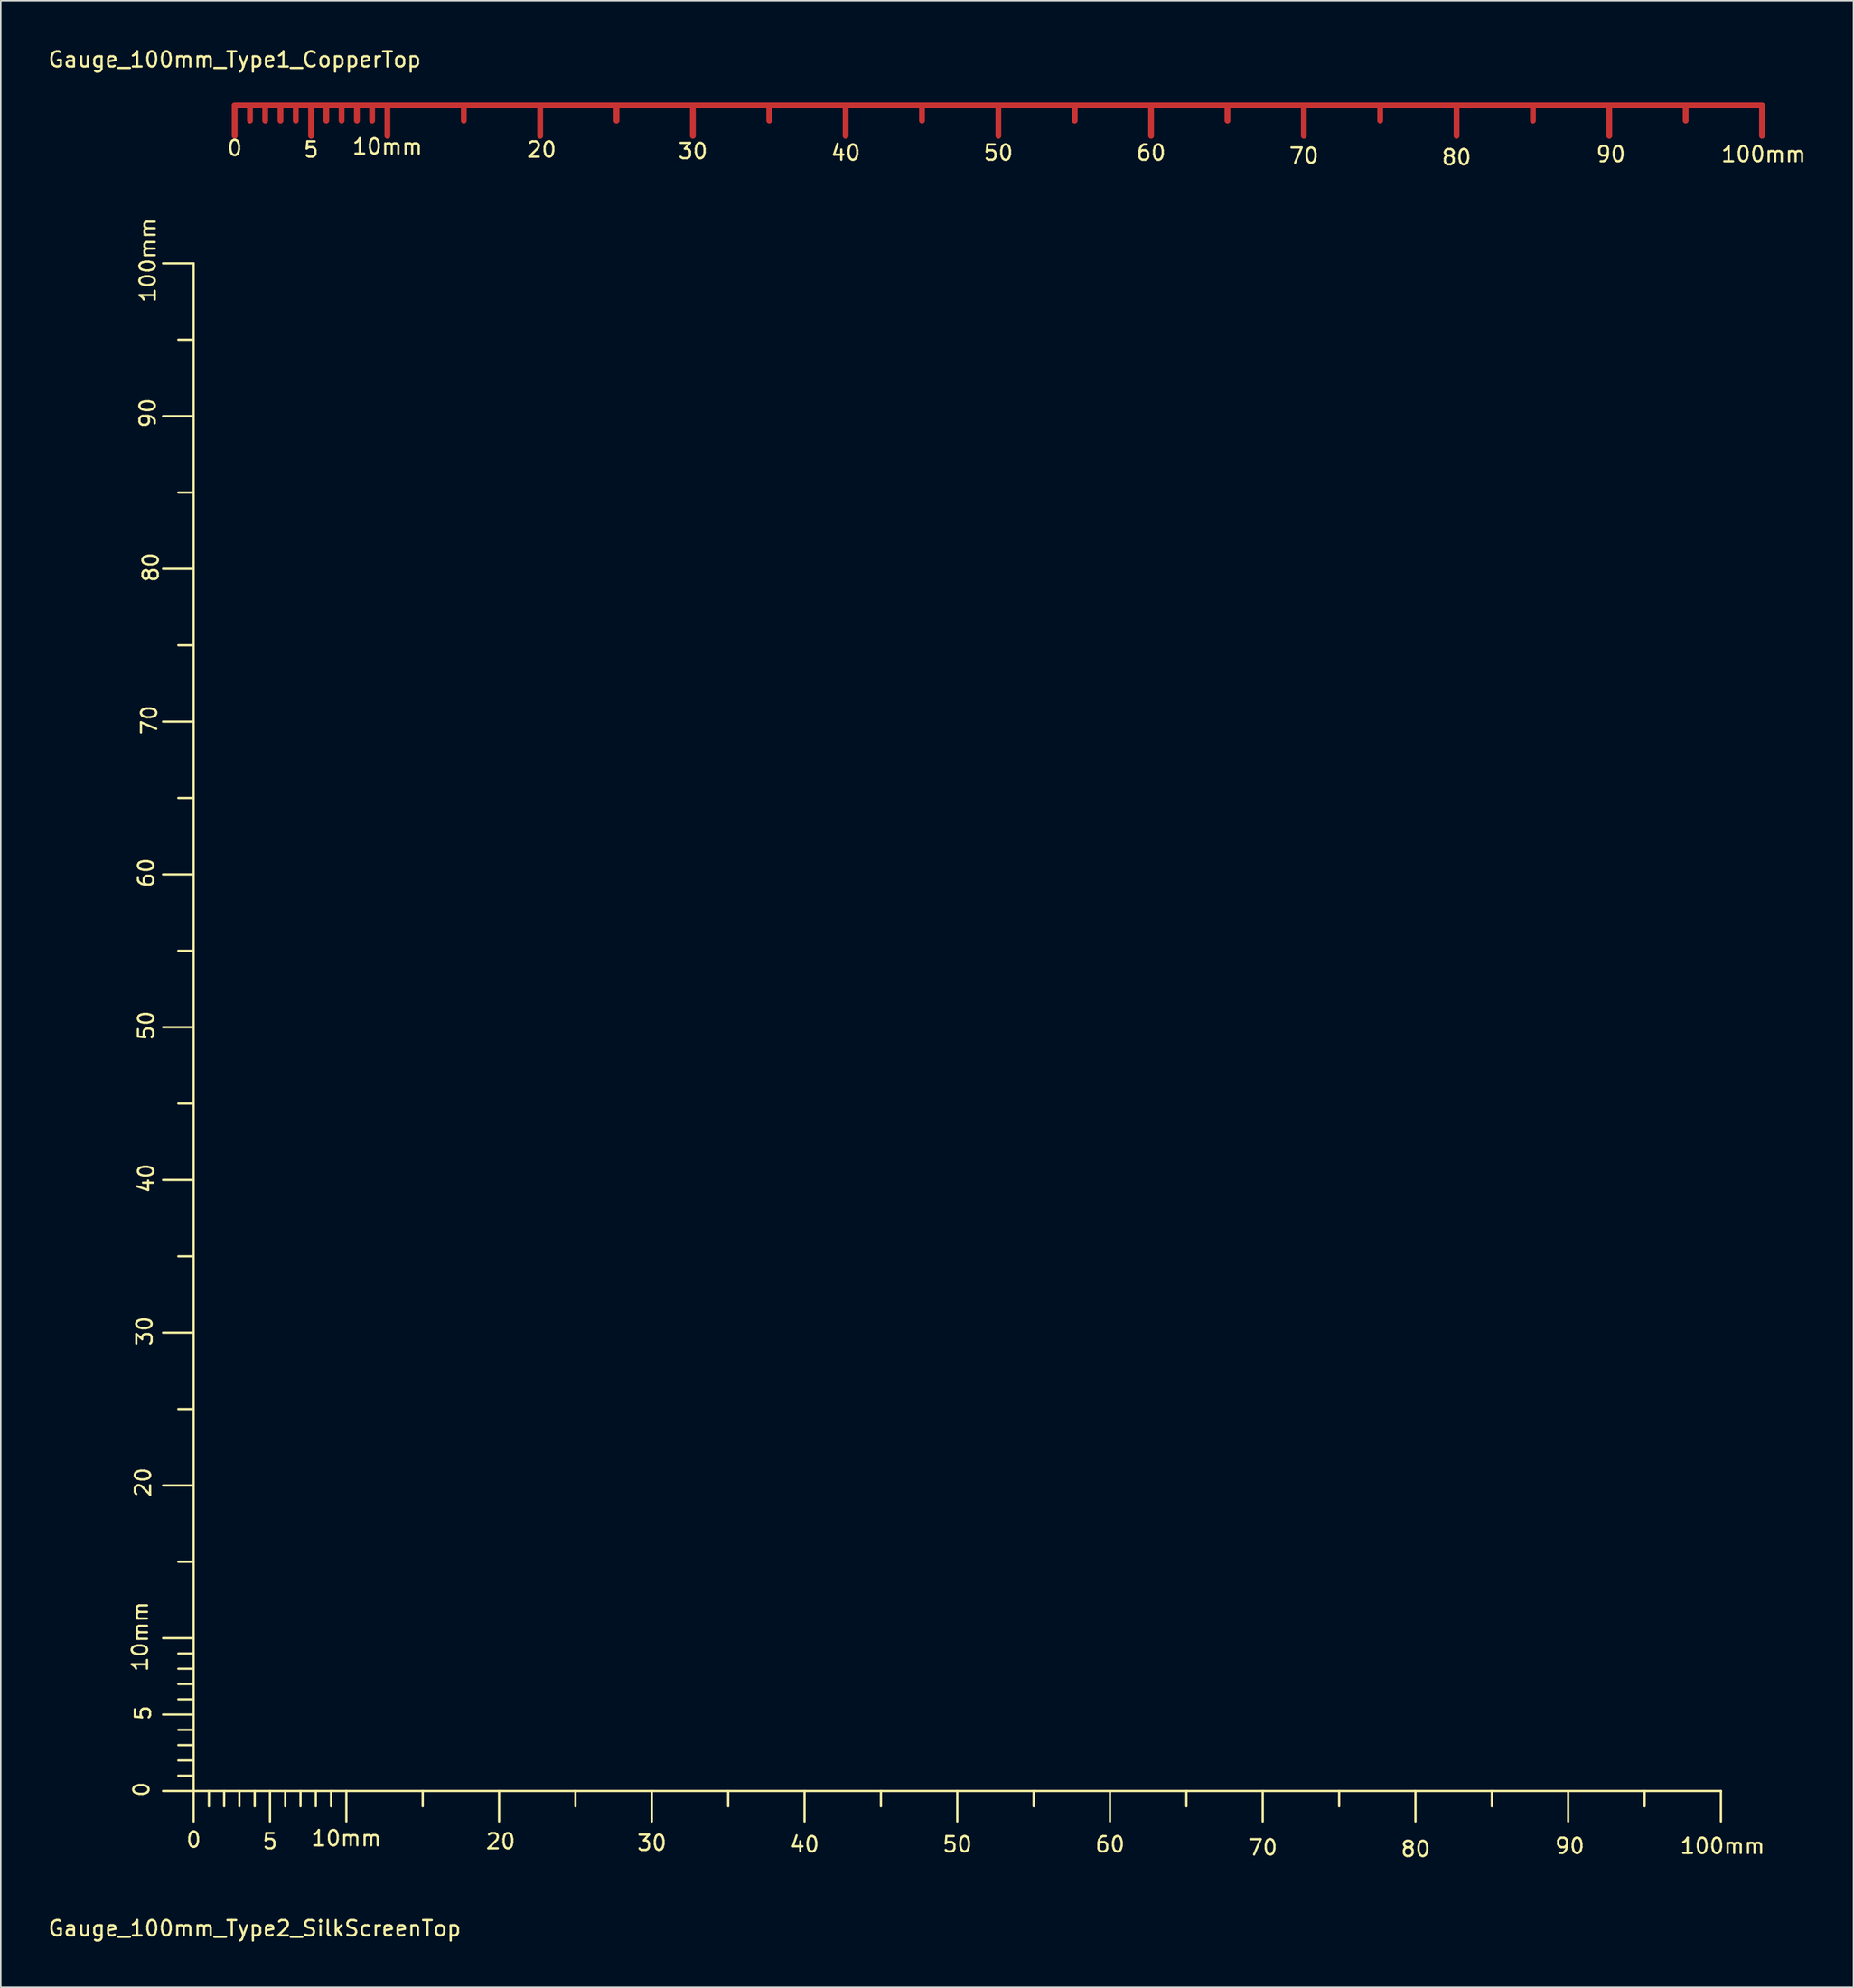
<source format=kicad_pcb>
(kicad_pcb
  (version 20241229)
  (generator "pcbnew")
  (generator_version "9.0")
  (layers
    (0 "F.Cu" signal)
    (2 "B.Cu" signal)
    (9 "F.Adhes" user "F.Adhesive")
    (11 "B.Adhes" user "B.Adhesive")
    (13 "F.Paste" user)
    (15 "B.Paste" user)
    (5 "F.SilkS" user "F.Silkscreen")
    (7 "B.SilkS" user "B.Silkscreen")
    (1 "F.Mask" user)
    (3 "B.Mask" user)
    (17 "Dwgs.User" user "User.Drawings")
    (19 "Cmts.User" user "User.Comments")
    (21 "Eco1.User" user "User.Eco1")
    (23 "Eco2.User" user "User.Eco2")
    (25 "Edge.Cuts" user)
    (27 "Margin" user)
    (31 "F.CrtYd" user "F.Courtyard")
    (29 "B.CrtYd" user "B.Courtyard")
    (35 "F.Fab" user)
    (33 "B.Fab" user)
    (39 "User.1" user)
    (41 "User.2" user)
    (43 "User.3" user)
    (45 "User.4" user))
  (footprint "Gauge_100mm_Type2_SilkScreenTop"
    (layer "F.Cu")
    (at 9.625 114.19)
    (property "Reference" "Gauge_100mm_Type2_SilkScreenTop" (at 4 8.999 0) (layer "F.SilkS") (effects (font (size 1 1) (thickness 0.15))))
    (attr through_hole)
    (fp_line (start 0 -100) (end -1.999 -100) (stroke (width 0.15) (type solid)) (layer "F.SilkS"))
    (fp_line (start 0 -95.001) (end -1.001 -95.001) (stroke (width 0.15) (type solid)) (layer "F.SilkS"))
    (fp_line (start 0 -90) (end -1.999 -90) (stroke (width 0.15) (type solid)) (layer "F.SilkS"))
    (fp_line (start 0 -85.001) (end -1.001 -85.001) (stroke (width 0.15) (type solid)) (layer "F.SilkS"))
    (fp_line (start 0 -80) (end -1.999 -80) (stroke (width 0.15) (type solid)) (layer "F.SilkS"))
    (fp_line (start 0 -75.001) (end -1.001 -75.001) (stroke (width 0.15) (type solid)) (layer "F.SilkS"))
    (fp_line (start 0 -70) (end -1.999 -70) (stroke (width 0.15) (type solid)) (layer "F.SilkS"))
    (fp_line (start 0 -65.001) (end -1.001 -65.001) (stroke (width 0.15) (type solid)) (layer "F.SilkS"))
    (fp_line (start 0 -60) (end -1.999 -60) (stroke (width 0.15) (type solid)) (layer "F.SilkS"))
    (fp_line (start 0 -55.001) (end -1.001 -55.001) (stroke (width 0.15) (type solid)) (layer "F.SilkS"))
    (fp_line (start 0 -50) (end -1.999 -50) (stroke (width 0.15) (type solid)) (layer "F.SilkS"))
    (fp_line (start 0 -45.001) (end -1.001 -45.001) (stroke (width 0.15) (type solid)) (layer "F.SilkS"))
    (fp_line (start 0 -40) (end -1.999 -40) (stroke (width 0.15) (type solid)) (layer "F.SilkS"))
    (fp_line (start 0 -35.001) (end -1.001 -35.001) (stroke (width 0.15) (type solid)) (layer "F.SilkS"))
    (fp_line (start 0 -30) (end -1.999 -30) (stroke (width 0.15) (type solid)) (layer "F.SilkS"))
    (fp_line (start 0 -25.001) (end -1.001 -25.001) (stroke (width 0.15) (type solid)) (layer "F.SilkS"))
    (fp_line (start 0 -20) (end -1.999 -20) (stroke (width 0.15) (type solid)) (layer "F.SilkS"))
    (fp_line (start 0 -15.001) (end -1.001 -15.001) (stroke (width 0.15) (type solid)) (layer "F.SilkS"))
    (fp_line (start 0 -10) (end -1.999 -10) (stroke (width 0.15) (type solid)) (layer "F.SilkS"))
    (fp_line (start 0 -8.999) (end -1.001 -8.999) (stroke (width 0.15) (type solid)) (layer "F.SilkS"))
    (fp_line (start 0 -8.001) (end -1.001 -8.001) (stroke (width 0.15) (type solid)) (layer "F.SilkS"))
    (fp_line (start 0 -7) (end -1.001 -7) (stroke (width 0.15) (type solid)) (layer "F.SilkS"))
    (fp_line (start 0 -5.999) (end -1.001 -5.999) (stroke (width 0.15) (type solid)) (layer "F.SilkS"))
    (fp_line (start 0 -5.001) (end -1.999 -5.001) (stroke (width 0.15) (type solid)) (layer "F.SilkS"))
    (fp_line (start 0 -4) (end -1.001 -4) (stroke (width 0.15) (type solid)) (layer "F.SilkS"))
    (fp_line (start 0 -3) (end -1.001 -3) (stroke (width 0.15) (type solid)) (layer "F.SilkS"))
    (fp_line (start 0 -1.999) (end -1.001 -1.999) (stroke (width 0.15) (type solid)) (layer "F.SilkS"))
    (fp_line (start 0 -1.001) (end -1.001 -1.001) (stroke (width 0.15) (type solid)) (layer "F.SilkS"))
    (fp_line (start 0 0) (end -1.999 0) (stroke (width 0.15) (type solid)) (layer "F.SilkS"))
    (fp_line (start 0 0) (end 0 -100) (stroke (width 0.15) (type solid)) (layer "F.SilkS"))
    (fp_line (start 0 0) (end 0 1.999) (stroke (width 0.15) (type solid)) (layer "F.SilkS"))
    (fp_line (start 0 0) (end 10 0) (stroke (width 0.15) (type solid)) (layer "F.SilkS"))
    (fp_line (start 1.001 0) (end 1.001 1.001) (stroke (width 0.15) (type solid)) (layer "F.SilkS"))
    (fp_line (start 1.999 0) (end 1.999 1.001) (stroke (width 0.15) (type solid)) (layer "F.SilkS"))
    (fp_line (start 3 0) (end 3 1.001) (stroke (width 0.15) (type solid)) (layer "F.SilkS"))
    (fp_line (start 4 0) (end 4 1.001) (stroke (width 0.15) (type solid)) (layer "F.SilkS"))
    (fp_line (start 5.001 0) (end 5.001 1.999) (stroke (width 0.15) (type solid)) (layer "F.SilkS"))
    (fp_line (start 5.999 0) (end 5.999 1.001) (stroke (width 0.15) (type solid)) (layer "F.SilkS"))
    (fp_line (start 7 0) (end 7 1.001) (stroke (width 0.15) (type solid)) (layer "F.SilkS"))
    (fp_line (start 8.001 0) (end 8.001 1.001) (stroke (width 0.15) (type solid)) (layer "F.SilkS"))
    (fp_line (start 8.999 0) (end 8.999 1.001) (stroke (width 0.15) (type solid)) (layer "F.SilkS"))
    (fp_line (start 10 0) (end 10 1.999) (stroke (width 0.15) (type solid)) (layer "F.SilkS"))
    (fp_line (start 10 0) (end 100 0) (stroke (width 0.15) (type solid)) (layer "F.SilkS"))
    (fp_line (start 15.001 0) (end 15.001 1.001) (stroke (width 0.15) (type solid)) (layer "F.SilkS"))
    (fp_line (start 20 0) (end 20 1.999) (stroke (width 0.15) (type solid)) (layer "F.SilkS"))
    (fp_line (start 25.001 0) (end 25.001 1.001) (stroke (width 0.15) (type solid)) (layer "F.SilkS"))
    (fp_line (start 30 0) (end 30 1.999) (stroke (width 0.15) (type solid)) (layer "F.SilkS"))
    (fp_line (start 35.001 0) (end 35.001 1.001) (stroke (width 0.15) (type solid)) (layer "F.SilkS"))
    (fp_line (start 40 0) (end 40 1.999) (stroke (width 0.15) (type solid)) (layer "F.SilkS"))
    (fp_line (start 45.001 0) (end 45.001 1.001) (stroke (width 0.15) (type solid)) (layer "F.SilkS"))
    (fp_line (start 50 0) (end 50 1.999) (stroke (width 0.15) (type solid)) (layer "F.SilkS"))
    (fp_line (start 55.001 0) (end 55.001 1.001) (stroke (width 0.15) (type solid)) (layer "F.SilkS"))
    (fp_line (start 60 0) (end 60 1.999) (stroke (width 0.15) (type solid)) (layer "F.SilkS"))
    (fp_line (start 65.001 0) (end 65.001 1.001) (stroke (width 0.15) (type solid)) (layer "F.SilkS"))
    (fp_line (start 70 0) (end 70 1.999) (stroke (width 0.15) (type solid)) (layer "F.SilkS"))
    (fp_line (start 75.001 0) (end 75.001 1.001) (stroke (width 0.15) (type solid)) (layer "F.SilkS"))
    (fp_line (start 80 0) (end 80 1.999) (stroke (width 0.15) (type solid)) (layer "F.SilkS"))
    (fp_line (start 85.001 0) (end 85.001 1.001) (stroke (width 0.15) (type solid)) (layer "F.SilkS"))
    (fp_line (start 90 0) (end 90 1.999) (stroke (width 0.15) (type solid)) (layer "F.SilkS"))
    (fp_line (start 95.001 0) (end 95.001 1.001) (stroke (width 0.15) (type solid)) (layer "F.SilkS"))
    (fp_line (start 100 0) (end 100 1.999) (stroke (width 0.15) (type solid)) (layer "F.SilkS"))
    (fp_text user "80" (at -2.802 -80.104 90) (layer "F.SilkS") (effects (font (size 1 1) (thickness 0.15))))
    (fp_text user "30" (at 30.005 3.399 0) (layer "F.SilkS") (effects (font (size 1 1) (thickness 0.15))))
    (fp_text user "10mm" (at 10.005 3.099 0) (layer "F.SilkS") (effects (font (size 1 1) (thickness 0.15))))
    (fp_text user "20" (at 20.104 3.299 0) (layer "F.SilkS") (effects (font (size 1 1) (thickness 0.15))))
    (fp_text user "0" (at -3.404 -0.104 90) (layer "F.SilkS") (effects (font (size 1 1) (thickness 0.15))))
    (fp_text user "20" (at -3.302 -20.203 90) (layer "F.SilkS") (effects (font (size 1 1) (thickness 0.15))))
    (fp_text user "10mm" (at -3.503 -10.104 90) (layer "F.SilkS") (effects (font (size 1 1) (thickness 0.15))))
    (fp_text user "50" (at -3.101 -50.104 90) (layer "F.SilkS") (effects (font (size 1 1) (thickness 0.15))))
    (fp_text user "40" (at -3.101 -40.104 90) (layer "F.SilkS") (effects (font (size 1 1) (thickness 0.15))))
    (fp_text user "5" (at 5.004 3.299 0) (layer "F.SilkS") (effects (font (size 1 1) (thickness 0.15))))
    (fp_text user "5" (at -3.302 -5.103 90) (layer "F.SilkS") (effects (font (size 1 1) (thickness 0.15))))
    (fp_text user "100mm" (at 100.106 3.602 0) (layer "F.SilkS") (effects (font (size 1 1) (thickness 0.15))))
    (fp_text user "40" (at 40.005 3.5 0) (layer "F.SilkS") (effects (font (size 1 1) (thickness 0.15))))
    (fp_text user "70" (at 70.005 3.701 0) (layer "F.SilkS") (effects (font (size 1 1) (thickness 0.15))))
    (fp_text user "90" (at 90.106 3.602 0) (layer "F.SilkS") (effects (font (size 1 1) (thickness 0.15))))
    (fp_text user "100mm" (at -3 -100.206 90) (layer "F.SilkS") (effects (font (size 1 1) (thickness 0.15))))
    (fp_text user "60" (at -3.101 -60.104 90) (layer "F.SilkS") (effects (font (size 1 1) (thickness 0.15))))
    (fp_text user "50" (at 50.005 3.5 0) (layer "F.SilkS") (effects (font (size 1 1) (thickness 0.15))))
    (fp_text user "0" (at 0.005 3.198 0) (layer "F.SilkS") (effects (font (size 1 1) (thickness 0.15))))
    (fp_text user "80" (at 80.005 3.8 0) (layer "F.SilkS") (effects (font (size 1 1) (thickness 0.15))))
    (fp_text user "60" (at 60.005 3.5 0) (layer "F.SilkS") (effects (font (size 1 1) (thickness 0.15))))
    (fp_text user "30" (at -3.203 -30.104 90) (layer "F.SilkS") (effects (font (size 1 1) (thickness 0.15))))
    (fp_text user "70" (at -2.901 -70.104 90) (layer "F.SilkS") (effects (font (size 1 1) (thickness 0.15))))
    (fp_text user "90" (at -3 -90.206 90) (layer "F.SilkS") (effects (font (size 1 1) (thickness 0.15)))))
  (footprint "Gauge_100mm_Type1_CopperTop"
    (layer "F.Cu")
    (at 12.315 3.848)
    (property "Reference" "Gauge_100mm_Type1_CopperTop" (at 0 -3 0) (layer "F.SilkS") (effects (font (size 1 1) (thickness 0.15))))
    (attr through_hole)
    (fp_line (start 0 0) (end 0 1.999) (stroke (width 0.381) (type solid)) (layer "F.Cu"))
    (fp_line (start 0 0) (end 10 0) (stroke (width 0.381) (type solid)) (layer "F.Cu"))
    (fp_line (start 1.001 0) (end 1.001 1.001) (stroke (width 0.381) (type solid)) (layer "F.Cu"))
    (fp_line (start 1.999 0) (end 1.999 1.001) (stroke (width 0.381) (type solid)) (layer "F.Cu"))
    (fp_line (start 3 0) (end 3 1.001) (stroke (width 0.381) (type solid)) (layer "F.Cu"))
    (fp_line (start 4 0) (end 4 1.001) (stroke (width 0.381) (type solid)) (layer "F.Cu"))
    (fp_line (start 5.001 0) (end 5.001 1.999) (stroke (width 0.381) (type solid)) (layer "F.Cu"))
    (fp_line (start 5.999 0) (end 5.999 1.001) (stroke (width 0.381) (type solid)) (layer "F.Cu"))
    (fp_line (start 7 0) (end 7 1.001) (stroke (width 0.381) (type solid)) (layer "F.Cu"))
    (fp_line (start 8.001 0) (end 8.001 1.001) (stroke (width 0.381) (type solid)) (layer "F.Cu"))
    (fp_line (start 8.999 0) (end 8.999 1.001) (stroke (width 0.381) (type solid)) (layer "F.Cu"))
    (fp_line (start 10 0) (end 10 1.999) (stroke (width 0.381) (type solid)) (layer "F.Cu"))
    (fp_line (start 10 0) (end 100 0) (stroke (width 0.381) (type solid)) (layer "F.Cu"))
    (fp_line (start 15.001 0) (end 15.001 1.001) (stroke (width 0.381) (type solid)) (layer "F.Cu"))
    (fp_line (start 20 0) (end 20 1.999) (stroke (width 0.381) (type solid)) (layer "F.Cu"))
    (fp_line (start 25.001 0) (end 25.001 1.001) (stroke (width 0.381) (type solid)) (layer "F.Cu"))
    (fp_line (start 30 0) (end 30 1.999) (stroke (width 0.381) (type solid)) (layer "F.Cu"))
    (fp_line (start 35.001 0) (end 35.001 1.001) (stroke (width 0.381) (type solid)) (layer "F.Cu"))
    (fp_line (start 40 0) (end 40 1.999) (stroke (width 0.381) (type solid)) (layer "F.Cu"))
    (fp_line (start 45.001 0) (end 45.001 1.001) (stroke (width 0.381) (type solid)) (layer "F.Cu"))
    (fp_line (start 50 0) (end 50 1.999) (stroke (width 0.381) (type solid)) (layer "F.Cu"))
    (fp_line (start 55.001 0) (end 55.001 1.001) (stroke (width 0.381) (type solid)) (layer "F.Cu"))
    (fp_line (start 60 0) (end 60 1.999) (stroke (width 0.381) (type solid)) (layer "F.Cu"))
    (fp_line (start 65.001 0) (end 65.001 1.001) (stroke (width 0.381) (type solid)) (layer "F.Cu"))
    (fp_line (start 70 0) (end 70 1.999) (stroke (width 0.381) (type solid)) (layer "F.Cu"))
    (fp_line (start 75.001 0) (end 75.001 1.001) (stroke (width 0.381) (type solid)) (layer "F.Cu"))
    (fp_line (start 80 0) (end 80 1.999) (stroke (width 0.381) (type solid)) (layer "F.Cu"))
    (fp_line (start 85.001 0) (end 85.001 1.001) (stroke (width 0.381) (type solid)) (layer "F.Cu"))
    (fp_line (start 90 0) (end 90 1.999) (stroke (width 0.381) (type solid)) (layer "F.Cu"))
    (fp_line (start 95.001 0) (end 95.001 1.001) (stroke (width 0.381) (type solid)) (layer "F.Cu"))
    (fp_line (start 100 0) (end 100 1.999) (stroke (width 0.381) (type solid)) (layer "F.Cu"))
    (fp_text user "80" (at 80 3.401 0) (layer "F.SilkS") (effects (font (size 1 1) (thickness 0.15))))
    (fp_text user "90" (at 90.101 3.203 0) (layer "F.SilkS") (effects (font (size 1 1) (thickness 0.15))))
    (fp_text user "60" (at 60 3.101 0) (layer "F.SilkS") (effects (font (size 1 1) (thickness 0.15))))
    (fp_text user "30" (at 30 3 0) (layer "F.SilkS") (effects (font (size 1 1) (thickness 0.15))))
    (fp_text user "50" (at 50 3.101 0) (layer "F.SilkS") (effects (font (size 1 1) (thickness 0.15))))
    (fp_text user "0" (at 0 2.799 0) (layer "F.SilkS") (effects (font (size 1 1) (thickness 0.15))))
    (fp_text user "20" (at 20.099 2.901 0) (layer "F.SilkS") (effects (font (size 1 1) (thickness 0.15))))
    (fp_text user "100mm" (at 100.101 3.203 0) (layer "F.SilkS") (effects (font (size 1 1) (thickness 0.15))))
    (fp_text user "5" (at 4.999 2.901 0) (layer "F.SilkS") (effects (font (size 1 1) (thickness 0.15))))
    (fp_text user "10mm" (at 10 2.7 0) (layer "F.SilkS") (effects (font (size 1 1) (thickness 0.15))))
    (fp_text user "70" (at 70 3.302 0) (layer "F.SilkS") (effects (font (size 1 1) (thickness 0.15))))
    (fp_text user "40" (at 40 3.101 0) (layer "F.SilkS") (effects (font (size 1 1) (thickness 0.15)))))
  (gr_rect
    (start -3 -3)
    (end 118.304 127.037)
    (stroke (width 0.1) (type default))
    (fill no)
    (layer "Edge.Cuts")))
</source>
